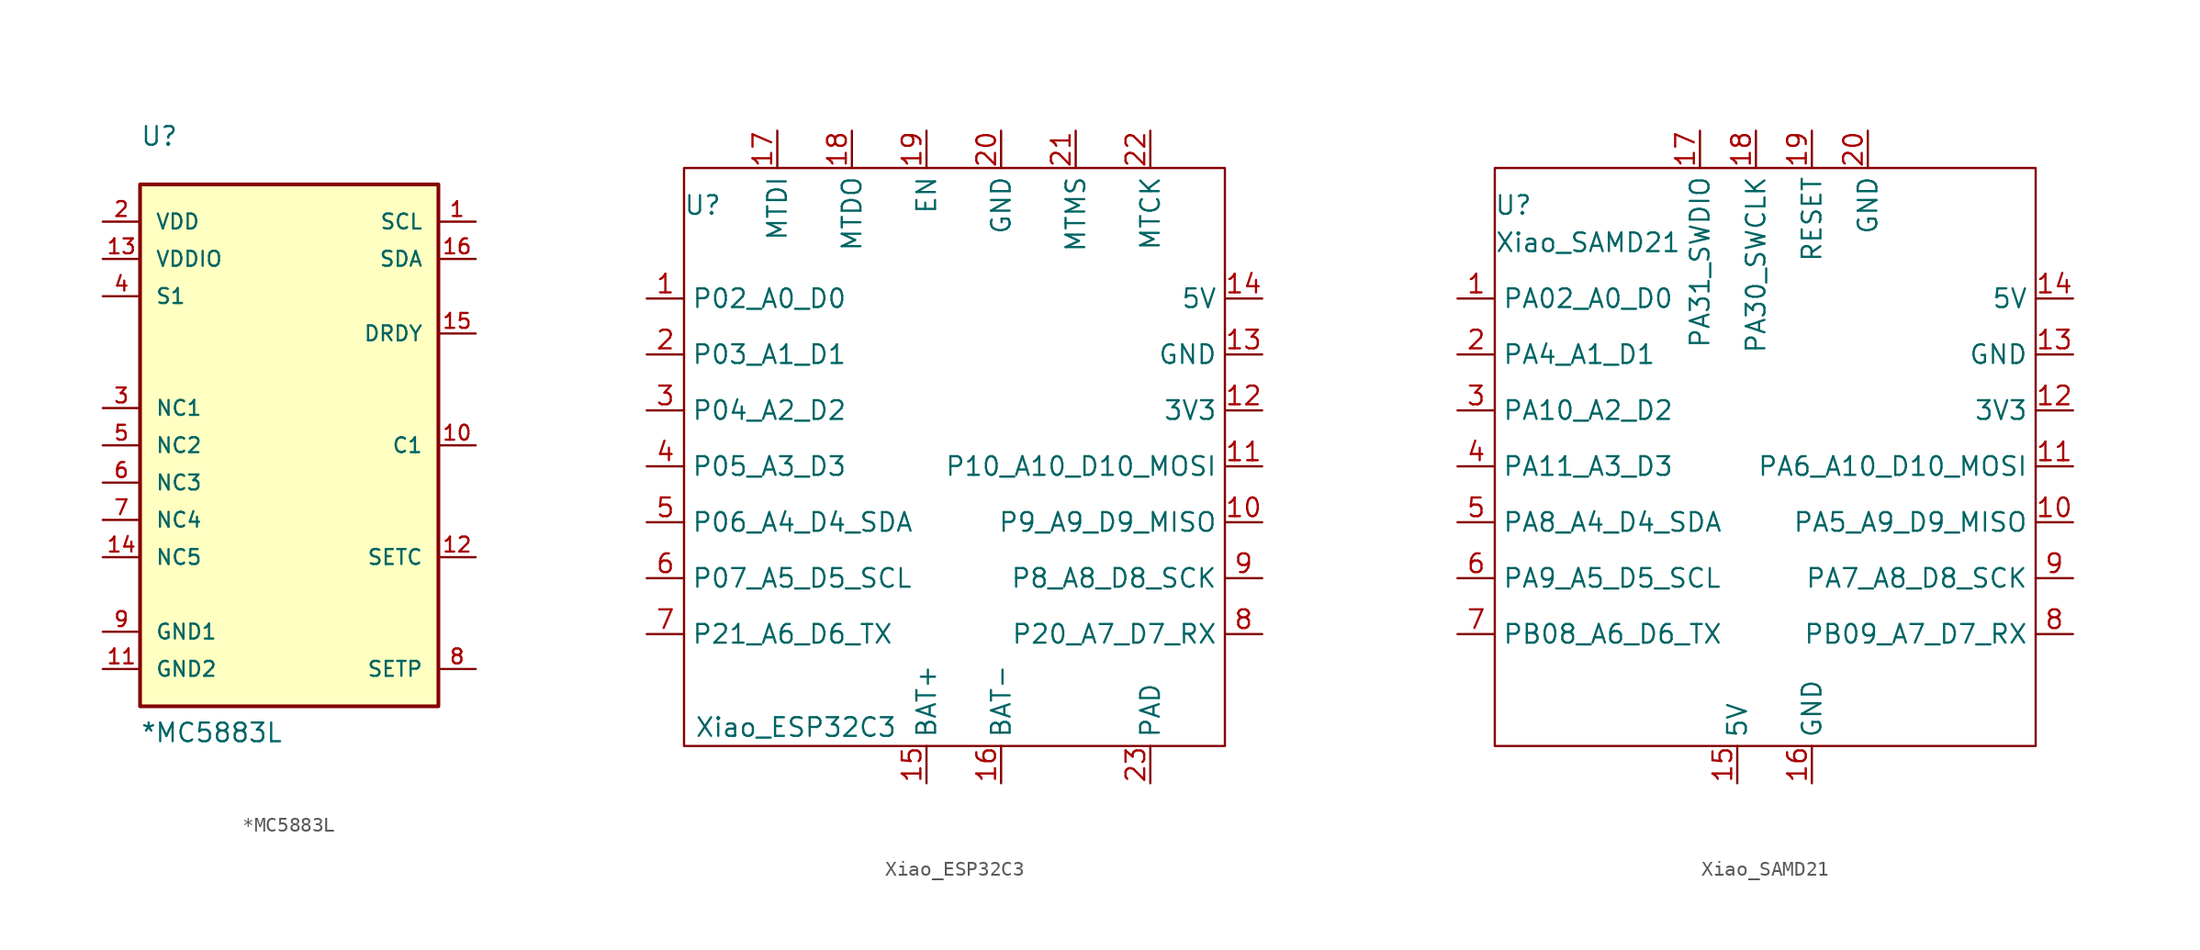
<source format=kicad_sym>
(kicad_symbol_lib
  (version 20220914)
  (generator kicad_symbol_editor)
  (symbol "*MC5883L"
    (pin_names
      (offset 1.016))
    (property "Reference" "U"
      (at -10.16 20.32 0)
      (effects (font (size 1.27 1.27)) (justify left bottom)))
    (property "Value" "*MC5883L"
      (at -10.16 -20.32 0)
      (effects (font (size 1.27 1.27)) (justify left bottom)))
    (symbol "*MC5883L_0_0"
      (rectangle (start -10.16 -17.78) (end 10.16 17.78) (stroke (width 0.254) (type default)) (fill (type background)))
      (pin bidirectional line (at 12.7 15.24 180) (length 2.54) (name "SCL" (effects (font (size 1.016 1.016)))) (number "1" (effects (font (size 1.016 1.016)))))
      (pin bidirectional line (at 12.7 0 180) (length 2.54) (name "C1" (effects (font (size 1.016 1.016)))) (number "10" (effects (font (size 1.016 1.016)))))
      (pin bidirectional line (at -12.7 -15.24 0) (length 2.54) (name "GND2" (effects (font (size 1.016 1.016)))) (number "11" (effects (font (size 1.016 1.016)))))
      (pin bidirectional line (at 12.7 -7.62 180) (length 2.54) (name "SETC" (effects (font (size 1.016 1.016)))) (number "12" (effects (font (size 1.016 1.016)))))
      (pin bidirectional line (at -12.7 12.7 0) (length 2.54) (name "VDDIO" (effects (font (size 1.016 1.016)))) (number "13" (effects (font (size 1.016 1.016)))))
      (pin bidirectional line (at -12.7 -7.62 0) (length 2.54) (name "NC5" (effects (font (size 1.016 1.016)))) (number "14" (effects (font (size 1.016 1.016)))))
      (pin bidirectional line (at 12.7 7.62 180) (length 2.54) (name "DRDY" (effects (font (size 1.016 1.016)))) (number "15" (effects (font (size 1.016 1.016)))))
      (pin bidirectional line (at 12.7 12.7 180) (length 2.54) (name "SDA" (effects (font (size 1.016 1.016)))) (number "16" (effects (font (size 1.016 1.016)))))
      (pin bidirectional line (at -12.7 15.24 0) (length 2.54) (name "VDD" (effects (font (size 1.016 1.016)))) (number "2" (effects (font (size 1.016 1.016)))))
      (pin bidirectional line (at -12.7 2.54 0) (length 2.54) (name "NC1" (effects (font (size 1.016 1.016)))) (number "3" (effects (font (size 1.016 1.016)))))
      (pin bidirectional line (at -12.7 10.16 0) (length 2.54) (name "S1" (effects (font (size 1.016 1.016)))) (number "4" (effects (font (size 1.016 1.016)))))
      (pin bidirectional line (at -12.7 0 0) (length 2.54) (name "NC2" (effects (font (size 1.016 1.016)))) (number "5" (effects (font (size 1.016 1.016)))))
      (pin bidirectional line (at -12.7 -2.54 0) (length 2.54) (name "NC3" (effects (font (size 1.016 1.016)))) (number "6" (effects (font (size 1.016 1.016)))))
      (pin bidirectional line (at -12.7 -5.08 0) (length 2.54) (name "NC4" (effects (font (size 1.016 1.016)))) (number "7" (effects (font (size 1.016 1.016)))))
      (pin bidirectional line (at 12.7 -15.24 180) (length 2.54) (name "SETP" (effects (font (size 1.016 1.016)))) (number "8" (effects (font (size 1.016 1.016)))))
      (pin bidirectional line (at -12.7 -12.7 0) (length 2.54) (name "GND1" (effects (font (size 1.016 1.016)))) (number "9" (effects (font (size 1.016 1.016)))))))
  (symbol "Xiao_ESP32C3"
    (property "Reference" "U"
      (at -17.78 17.78 0)
      (effects (font (size 1.27 1.27))))
    (property "Value" "Xiao_ESP32C3"
      (at -11.43 -17.78 0)
      (effects (font (size 1.27 1.27))))
    (symbol "Xiao_ESP32C3_0_1"
      (rectangle (start -19.05 20.32) (end 17.78 -19.05) (stroke (width 0) (type default)) (fill (type none))))
    (symbol "Xiao_ESP32C3_1_1"
      (pin unspecified line (at -21.59 11.43 0) (length 2.54) (name "P02_A0_D0" (effects (font (size 1.27 1.27)))) (number "1" (effects (font (size 1.27 1.27)))))
      (pin unspecified line (at 20.32 -3.81 180) (length 2.54) (name "P9_A9_D9_MISO" (effects (font (size 1.27 1.27)))) (number "10" (effects (font (size 1.27 1.27)))))
      (pin unspecified line (at 20.32 0 180) (length 2.54) (name "P10_A10_D10_MOSI" (effects (font (size 1.27 1.27)))) (number "11" (effects (font (size 1.27 1.27)))))
      (pin unspecified line (at 20.32 3.81 180) (length 2.54) (name "3V3" (effects (font (size 1.27 1.27)))) (number "12" (effects (font (size 1.27 1.27)))))
      (pin unspecified line (at 20.32 7.62 180) (length 2.54) (name "GND" (effects (font (size 1.27 1.27)))) (number "13" (effects (font (size 1.27 1.27)))))
      (pin unspecified line (at 20.32 11.43 180) (length 2.54) (name "5V" (effects (font (size 1.27 1.27)))) (number "14" (effects (font (size 1.27 1.27)))))
      (pin input line (at -2.54 -21.59 90) (length 2.54) (name "BAT+" (effects (font (size 1.27 1.27)))) (number "15" (effects (font (size 1.27 1.27)))))
      (pin input line (at 2.54 -21.59 90) (length 2.54) (name "BAT-" (effects (font (size 1.27 1.27)))) (number "16" (effects (font (size 1.27 1.27)))))
      (pin input line (at -12.7 22.86 270) (length 2.54) (name "MTDI" (effects (font (size 1.27 1.27)))) (number "17" (effects (font (size 1.27 1.27)))))
      (pin input line (at -7.62 22.86 270) (length 2.54) (name "MTDO" (effects (font (size 1.27 1.27)))) (number "18" (effects (font (size 1.27 1.27)))))
      (pin input line (at -2.54 22.86 270) (length 2.54) (name "EN" (effects (font (size 1.27 1.27)))) (number "19" (effects (font (size 1.27 1.27)))))
      (pin unspecified line (at -21.59 7.62 0) (length 2.54) (name "P03_A1_D1" (effects (font (size 1.27 1.27)))) (number "2" (effects (font (size 1.27 1.27)))))
      (pin input line (at 2.54 22.86 270) (length 2.54) (name "GND" (effects (font (size 1.27 1.27)))) (number "20" (effects (font (size 1.27 1.27)))))
      (pin input line (at 7.62 22.86 270) (length 2.54) (name "MTMS" (effects (font (size 1.27 1.27)))) (number "21" (effects (font (size 1.27 1.27)))))
      (pin input line (at 12.7 22.86 270) (length 2.54) (name "MTCK" (effects (font (size 1.27 1.27)))) (number "22" (effects (font (size 1.27 1.27)))))
      (pin input line (at 12.7 -21.59 90) (length 2.54) (name "PAD" (effects (font (size 1.27 1.27)))) (number "23" (effects (font (size 1.27 1.27)))))
      (pin unspecified line (at -21.59 3.81 0) (length 2.54) (name "P04_A2_D2" (effects (font (size 1.27 1.27)))) (number "3" (effects (font (size 1.27 1.27)))))
      (pin unspecified line (at -21.59 0 0) (length 2.54) (name "P05_A3_D3" (effects (font (size 1.27 1.27)))) (number "4" (effects (font (size 1.27 1.27)))))
      (pin unspecified line (at -21.59 -3.81 0) (length 2.54) (name "P06_A4_D4_SDA" (effects (font (size 1.27 1.27)))) (number "5" (effects (font (size 1.27 1.27)))))
      (pin unspecified line (at -21.59 -7.62 0) (length 2.54) (name "P07_A5_D5_SCL" (effects (font (size 1.27 1.27)))) (number "6" (effects (font (size 1.27 1.27)))))
      (pin unspecified line (at -21.59 -11.43 0) (length 2.54) (name "P21_A6_D6_TX" (effects (font (size 1.27 1.27)))) (number "7" (effects (font (size 1.27 1.27)))))
      (pin unspecified line (at 20.32 -11.43 180) (length 2.54) (name "P20_A7_D7_RX" (effects (font (size 1.27 1.27)))) (number "8" (effects (font (size 1.27 1.27)))))
      (pin unspecified line (at 20.32 -7.62 180) (length 2.54) (name "P8_A8_D8_SCK" (effects (font (size 1.27 1.27)))) (number "9" (effects (font (size 1.27 1.27)))))))
  (symbol "Xiao_SAMD21"
    (property "Reference" "U"
      (at -17.78 17.78 0)
      (effects (font (size 1.27 1.27))))
    (property "Value" "Xiao_SAMD21"
      (at -12.7 15.24 0)
      (effects (font (size 1.27 1.27))))
    (symbol "Xiao_SAMD21_0_1"
      (rectangle (start -19.05 20.32) (end 17.78 -19.05) (stroke (width 0) (type default)) (fill (type none))))
    (symbol "Xiao_SAMD21_1_1"
      (pin unspecified line (at -21.59 11.43 0) (length 2.54) (name "PA02_A0_D0" (effects (font (size 1.27 1.27)))) (number "1" (effects (font (size 1.27 1.27)))))
      (pin unspecified line (at 20.32 -3.81 180) (length 2.54) (name "PA5_A9_D9_MISO" (effects (font (size 1.27 1.27)))) (number "10" (effects (font (size 1.27 1.27)))))
      (pin unspecified line (at 20.32 0 180) (length 2.54) (name "PA6_A10_D10_MOSI" (effects (font (size 1.27 1.27)))) (number "11" (effects (font (size 1.27 1.27)))))
      (pin unspecified line (at 20.32 3.81 180) (length 2.54) (name "3V3" (effects (font (size 1.27 1.27)))) (number "12" (effects (font (size 1.27 1.27)))))
      (pin unspecified line (at 20.32 7.62 180) (length 2.54) (name "GND" (effects (font (size 1.27 1.27)))) (number "13" (effects (font (size 1.27 1.27)))))
      (pin unspecified line (at 20.32 11.43 180) (length 2.54) (name "5V" (effects (font (size 1.27 1.27)))) (number "14" (effects (font (size 1.27 1.27)))))
      (pin input line (at -2.54 -21.59 90) (length 2.54) (name "5V" (effects (font (size 1.27 1.27)))) (number "15" (effects (font (size 1.27 1.27)))))
      (pin input line (at 2.54 -21.59 90) (length 2.54) (name "GND" (effects (font (size 1.27 1.27)))) (number "16" (effects (font (size 1.27 1.27)))))
      (pin input line (at -5.08 22.86 270) (length 2.54) (name "PA31_SWDIO" (effects (font (size 1.27 1.27)))) (number "17" (effects (font (size 1.27 1.27)))))
      (pin input line (at -1.27 22.86 270) (length 2.54) (name "PA30_SWCLK" (effects (font (size 1.27 1.27)))) (number "18" (effects (font (size 1.27 1.27)))))
      (pin input line (at 2.54 22.86 270) (length 2.54) (name "RESET" (effects (font (size 1.27 1.27)))) (number "19" (effects (font (size 1.27 1.27)))))
      (pin unspecified line (at -21.59 7.62 0) (length 2.54) (name "PA4_A1_D1" (effects (font (size 1.27 1.27)))) (number "2" (effects (font (size 1.27 1.27)))))
      (pin input line (at 6.35 22.86 270) (length 2.54) (name "GND" (effects (font (size 1.27 1.27)))) (number "20" (effects (font (size 1.27 1.27)))))
      (pin unspecified line (at -21.59 3.81 0) (length 2.54) (name "PA10_A2_D2" (effects (font (size 1.27 1.27)))) (number "3" (effects (font (size 1.27 1.27)))))
      (pin unspecified line (at -21.59 0 0) (length 2.54) (name "PA11_A3_D3" (effects (font (size 1.27 1.27)))) (number "4" (effects (font (size 1.27 1.27)))))
      (pin unspecified line (at -21.59 -3.81 0) (length 2.54) (name "PA8_A4_D4_SDA" (effects (font (size 1.27 1.27)))) (number "5" (effects (font (size 1.27 1.27)))))
      (pin unspecified line (at -21.59 -7.62 0) (length 2.54) (name "PA9_A5_D5_SCL" (effects (font (size 1.27 1.27)))) (number "6" (effects (font (size 1.27 1.27)))))
      (pin unspecified line (at -21.59 -11.43 0) (length 2.54) (name "PB08_A6_D6_TX" (effects (font (size 1.27 1.27)))) (number "7" (effects (font (size 1.27 1.27)))))
      (pin unspecified line (at 20.32 -11.43 180) (length 2.54) (name "PB09_A7_D7_RX" (effects (font (size 1.27 1.27)))) (number "8" (effects (font (size 1.27 1.27)))))
      (pin unspecified line (at 20.32 -7.62 180) (length 2.54) (name "PA7_A8_D8_SCK" (effects (font (size 1.27 1.27)))) (number "9" (effects (font (size 1.27 1.27))))))))
</source>
